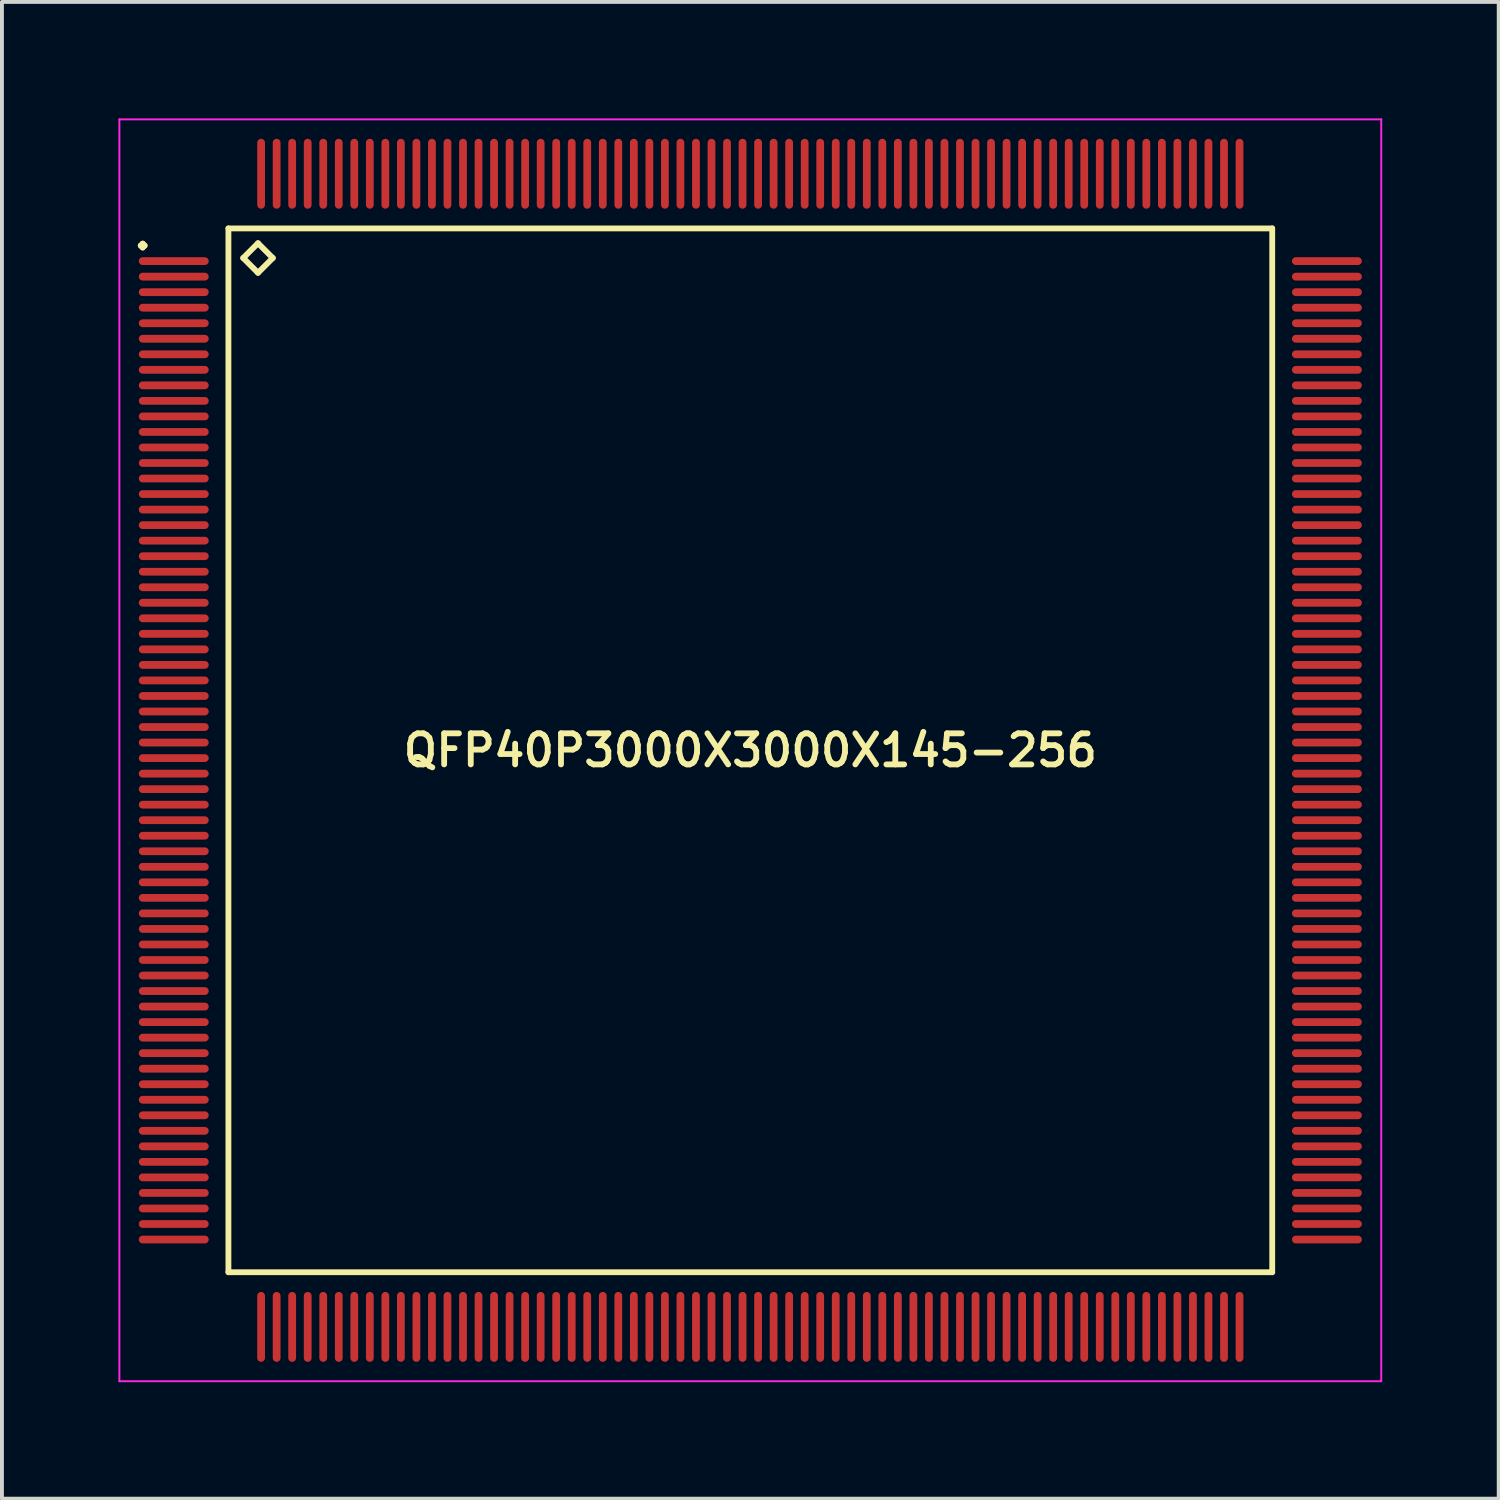
<source format=kicad_pcb>
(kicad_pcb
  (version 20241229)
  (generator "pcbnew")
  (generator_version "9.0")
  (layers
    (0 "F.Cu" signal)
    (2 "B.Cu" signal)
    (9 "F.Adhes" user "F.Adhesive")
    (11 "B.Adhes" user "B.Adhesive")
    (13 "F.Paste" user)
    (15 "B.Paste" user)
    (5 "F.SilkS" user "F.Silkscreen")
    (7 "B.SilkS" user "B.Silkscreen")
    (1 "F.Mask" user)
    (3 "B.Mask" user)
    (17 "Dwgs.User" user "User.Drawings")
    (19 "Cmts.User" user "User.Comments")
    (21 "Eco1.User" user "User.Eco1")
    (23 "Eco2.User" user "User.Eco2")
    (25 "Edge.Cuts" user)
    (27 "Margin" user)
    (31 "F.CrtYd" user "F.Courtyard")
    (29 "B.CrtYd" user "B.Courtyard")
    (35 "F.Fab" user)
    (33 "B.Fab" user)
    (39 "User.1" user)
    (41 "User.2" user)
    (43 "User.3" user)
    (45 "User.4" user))
  (footprint "QFP40P3000X3000X145-256"
    (layer "F.Cu")
    (at 16.275 16.275)
    (property "Reference" "QFP40P3000X3000X145-256" (at 0 0 0) (layer "F.SilkS") (effects (font (size 0.8 0.8) (thickness 0.15))))
    (attr smd)
    (fp_line (start -15.7 -13) (end -15.65 -13.05) (stroke (width 0.15) (type solid)) (layer "F.SilkS"))
    (fp_line (start -15.65 -13.05) (end -15.6 -13) (stroke (width 0.15) (type solid)) (layer "F.SilkS"))
    (fp_line (start -15.65 -12.95) (end -15.7 -13) (stroke (width 0.15) (type solid)) (layer "F.SilkS"))
    (fp_line (start -15.6 -13) (end -15.65 -12.95) (stroke (width 0.15) (type solid)) (layer "F.SilkS"))
    (fp_line (start -13.442 -13.442) (end -13.442 13.442) (stroke (width 0.15) (type solid)) (layer "F.SilkS"))
    (fp_line (start -13.442 13.442) (end 13.442 13.442) (stroke (width 0.15) (type solid)) (layer "F.SilkS"))
    (fp_line (start -13.061 -12.68) (end -12.68 -13.061) (stroke (width 0.15) (type solid)) (layer "F.SilkS"))
    (fp_line (start -12.68 -13.061) (end -12.299 -12.68) (stroke (width 0.15) (type solid)) (layer "F.SilkS"))
    (fp_line (start -12.68 -12.299) (end -13.061 -12.68) (stroke (width 0.15) (type solid)) (layer "F.SilkS"))
    (fp_line (start -12.299 -12.68) (end -12.68 -12.299) (stroke (width 0.15) (type solid)) (layer "F.SilkS"))
    (fp_line (start 13.442 -13.442) (end -13.442 -13.442) (stroke (width 0.15) (type solid)) (layer "F.SilkS"))
    (fp_line (start 13.442 13.442) (end 13.442 -13.442) (stroke (width 0.15) (type solid)) (layer "F.SilkS"))
    (fp_line (start -16.25 -16.25) (end 16.25 -16.25) (stroke (width 0.05) (type solid)) (layer "F.CrtYd"))
    (fp_line (start -16.25 16.25) (end -16.25 -16.25) (stroke (width 0.05) (type solid)) (layer "F.CrtYd"))
    (fp_line (start 16.25 -16.25) (end 16.25 16.25) (stroke (width 0.05) (type solid)) (layer "F.CrtYd"))
    (fp_line (start 16.25 16.25) (end -16.25 16.25) (stroke (width 0.05) (type solid)) (layer "F.CrtYd"))
    (pad "1" smd oval (at -14.85 -12.6) (size 1.8 0.2) (layers "F.Cu" "F.Mask" "F.Paste"))
    (pad "2" smd oval (at -14.85 -12.2) (size 1.8 0.2) (layers "F.Cu" "F.Mask" "F.Paste"))
    (pad "3" smd oval (at -14.85 -11.8) (size 1.8 0.2) (layers "F.Cu" "F.Mask" "F.Paste"))
    (pad "4" smd oval (at -14.85 -11.4) (size 1.8 0.2) (layers "F.Cu" "F.Mask" "F.Paste"))
    (pad "5" smd oval (at -14.85 -11) (size 1.8 0.2) (layers "F.Cu" "F.Mask" "F.Paste"))
    (pad "6" smd oval (at -14.85 -10.6) (size 1.8 0.2) (layers "F.Cu" "F.Mask" "F.Paste"))
    (pad "7" smd oval (at -14.85 -10.2) (size 1.8 0.2) (layers "F.Cu" "F.Mask" "F.Paste"))
    (pad "8" smd oval (at -14.85 -9.8) (size 1.8 0.2) (layers "F.Cu" "F.Mask" "F.Paste"))
    (pad "9" smd oval (at -14.85 -9.4) (size 1.8 0.2) (layers "F.Cu" "F.Mask" "F.Paste"))
    (pad "10" smd oval (at -14.85 -9) (size 1.8 0.2) (layers "F.Cu" "F.Mask" "F.Paste"))
    (pad "11" smd oval (at -14.85 -8.6) (size 1.8 0.2) (layers "F.Cu" "F.Mask" "F.Paste"))
    (pad "12" smd oval (at -14.85 -8.2) (size 1.8 0.2) (layers "F.Cu" "F.Mask" "F.Paste"))
    (pad "13" smd oval (at -14.85 -7.8) (size 1.8 0.2) (layers "F.Cu" "F.Mask" "F.Paste"))
    (pad "14" smd oval (at -14.85 -7.4) (size 1.8 0.2) (layers "F.Cu" "F.Mask" "F.Paste"))
    (pad "15" smd oval (at -14.85 -7) (size 1.8 0.2) (layers "F.Cu" "F.Mask" "F.Paste"))
    (pad "16" smd oval (at -14.85 -6.6) (size 1.8 0.2) (layers "F.Cu" "F.Mask" "F.Paste"))
    (pad "17" smd oval (at -14.85 -6.2) (size 1.8 0.2) (layers "F.Cu" "F.Mask" "F.Paste"))
    (pad "18" smd oval (at -14.85 -5.8) (size 1.8 0.2) (layers "F.Cu" "F.Mask" "F.Paste"))
    (pad "19" smd oval (at -14.85 -5.4) (size 1.8 0.2) (layers "F.Cu" "F.Mask" "F.Paste"))
    (pad "20" smd oval (at -14.85 -5) (size 1.8 0.2) (layers "F.Cu" "F.Mask" "F.Paste"))
    (pad "21" smd oval (at -14.85 -4.6) (size 1.8 0.2) (layers "F.Cu" "F.Mask" "F.Paste"))
    (pad "22" smd oval (at -14.85 -4.2) (size 1.8 0.2) (layers "F.Cu" "F.Mask" "F.Paste"))
    (pad "23" smd oval (at -14.85 -3.8) (size 1.8 0.2) (layers "F.Cu" "F.Mask" "F.Paste"))
    (pad "24" smd oval (at -14.85 -3.4) (size 1.8 0.2) (layers "F.Cu" "F.Mask" "F.Paste"))
    (pad "25" smd oval (at -14.85 -3) (size 1.8 0.2) (layers "F.Cu" "F.Mask" "F.Paste"))
    (pad "26" smd oval (at -14.85 -2.6) (size 1.8 0.2) (layers "F.Cu" "F.Mask" "F.Paste"))
    (pad "27" smd oval (at -14.85 -2.2) (size 1.8 0.2) (layers "F.Cu" "F.Mask" "F.Paste"))
    (pad "28" smd oval (at -14.85 -1.8) (size 1.8 0.2) (layers "F.Cu" "F.Mask" "F.Paste"))
    (pad "29" smd oval (at -14.85 -1.4) (size 1.8 0.2) (layers "F.Cu" "F.Mask" "F.Paste"))
    (pad "30" smd oval (at -14.85 -1) (size 1.8 0.2) (layers "F.Cu" "F.Mask" "F.Paste"))
    (pad "31" smd oval (at -14.85 -0.6) (size 1.8 0.2) (layers "F.Cu" "F.Mask" "F.Paste"))
    (pad "32" smd oval (at -14.85 -0.2) (size 1.8 0.2) (layers "F.Cu" "F.Mask" "F.Paste"))
    (pad "33" smd oval (at -14.85 0.2) (size 1.8 0.2) (layers "F.Cu" "F.Mask" "F.Paste"))
    (pad "34" smd oval (at -14.85 0.6) (size 1.8 0.2) (layers "F.Cu" "F.Mask" "F.Paste"))
    (pad "35" smd oval (at -14.85 1) (size 1.8 0.2) (layers "F.Cu" "F.Mask" "F.Paste"))
    (pad "36" smd oval (at -14.85 1.4) (size 1.8 0.2) (layers "F.Cu" "F.Mask" "F.Paste"))
    (pad "37" smd oval (at -14.85 1.8) (size 1.8 0.2) (layers "F.Cu" "F.Mask" "F.Paste"))
    (pad "38" smd oval (at -14.85 2.2) (size 1.8 0.2) (layers "F.Cu" "F.Mask" "F.Paste"))
    (pad "39" smd oval (at -14.85 2.6) (size 1.8 0.2) (layers "F.Cu" "F.Mask" "F.Paste"))
    (pad "40" smd oval (at -14.85 3) (size 1.8 0.2) (layers "F.Cu" "F.Mask" "F.Paste"))
    (pad "41" smd oval (at -14.85 3.4) (size 1.8 0.2) (layers "F.Cu" "F.Mask" "F.Paste"))
    (pad "42" smd oval (at -14.85 3.8) (size 1.8 0.2) (layers "F.Cu" "F.Mask" "F.Paste"))
    (pad "43" smd oval (at -14.85 4.2) (size 1.8 0.2) (layers "F.Cu" "F.Mask" "F.Paste"))
    (pad "44" smd oval (at -14.85 4.6) (size 1.8 0.2) (layers "F.Cu" "F.Mask" "F.Paste"))
    (pad "45" smd oval (at -14.85 5) (size 1.8 0.2) (layers "F.Cu" "F.Mask" "F.Paste"))
    (pad "46" smd oval (at -14.85 5.4) (size 1.8 0.2) (layers "F.Cu" "F.Mask" "F.Paste"))
    (pad "47" smd oval (at -14.85 5.8) (size 1.8 0.2) (layers "F.Cu" "F.Mask" "F.Paste"))
    (pad "48" smd oval (at -14.85 6.2) (size 1.8 0.2) (layers "F.Cu" "F.Mask" "F.Paste"))
    (pad "49" smd oval (at -14.85 6.6) (size 1.8 0.2) (layers "F.Cu" "F.Mask" "F.Paste"))
    (pad "50" smd oval (at -14.85 7) (size 1.8 0.2) (layers "F.Cu" "F.Mask" "F.Paste"))
    (pad "51" smd oval (at -14.85 7.4) (size 1.8 0.2) (layers "F.Cu" "F.Mask" "F.Paste"))
    (pad "52" smd oval (at -14.85 7.8) (size 1.8 0.2) (layers "F.Cu" "F.Mask" "F.Paste"))
    (pad "53" smd oval (at -14.85 8.2) (size 1.8 0.2) (layers "F.Cu" "F.Mask" "F.Paste"))
    (pad "54" smd oval (at -14.85 8.6) (size 1.8 0.2) (layers "F.Cu" "F.Mask" "F.Paste"))
    (pad "55" smd oval (at -14.85 9) (size 1.8 0.2) (layers "F.Cu" "F.Mask" "F.Paste"))
    (pad "56" smd oval (at -14.85 9.4) (size 1.8 0.2) (layers "F.Cu" "F.Mask" "F.Paste"))
    (pad "57" smd oval (at -14.85 9.8) (size 1.8 0.2) (layers "F.Cu" "F.Mask" "F.Paste"))
    (pad "58" smd oval (at -14.85 10.2) (size 1.8 0.2) (layers "F.Cu" "F.Mask" "F.Paste"))
    (pad "59" smd oval (at -14.85 10.6) (size 1.8 0.2) (layers "F.Cu" "F.Mask" "F.Paste"))
    (pad "60" smd oval (at -14.85 11) (size 1.8 0.2) (layers "F.Cu" "F.Mask" "F.Paste"))
    (pad "61" smd oval (at -14.85 11.4) (size 1.8 0.2) (layers "F.Cu" "F.Mask" "F.Paste"))
    (pad "62" smd oval (at -14.85 11.8) (size 1.8 0.2) (layers "F.Cu" "F.Mask" "F.Paste"))
    (pad "63" smd oval (at -14.85 12.2) (size 1.8 0.2) (layers "F.Cu" "F.Mask" "F.Paste"))
    (pad "64" smd oval (at -14.85 12.6) (size 1.8 0.2) (layers "F.Cu" "F.Mask" "F.Paste"))
    (pad "65" smd oval (at -12.6 14.85) (size 0.2 1.8) (layers "F.Cu" "F.Mask" "F.Paste"))
    (pad "66" smd oval (at -12.2 14.85) (size 0.2 1.8) (layers "F.Cu" "F.Mask" "F.Paste"))
    (pad "67" smd oval (at -11.8 14.85) (size 0.2 1.8) (layers "F.Cu" "F.Mask" "F.Paste"))
    (pad "68" smd oval (at -11.4 14.85) (size 0.2 1.8) (layers "F.Cu" "F.Mask" "F.Paste"))
    (pad "69" smd oval (at -11 14.85) (size 0.2 1.8) (layers "F.Cu" "F.Mask" "F.Paste"))
    (pad "70" smd oval (at -10.6 14.85) (size 0.2 1.8) (layers "F.Cu" "F.Mask" "F.Paste"))
    (pad "71" smd oval (at -10.2 14.85) (size 0.2 1.8) (layers "F.Cu" "F.Mask" "F.Paste"))
    (pad "72" smd oval (at -9.8 14.85) (size 0.2 1.8) (layers "F.Cu" "F.Mask" "F.Paste"))
    (pad "73" smd oval (at -9.4 14.85) (size 0.2 1.8) (layers "F.Cu" "F.Mask" "F.Paste"))
    (pad "74" smd oval (at -9 14.85) (size 0.2 1.8) (layers "F.Cu" "F.Mask" "F.Paste"))
    (pad "75" smd oval (at -8.6 14.85) (size 0.2 1.8) (layers "F.Cu" "F.Mask" "F.Paste"))
    (pad "76" smd oval (at -8.2 14.85) (size 0.2 1.8) (layers "F.Cu" "F.Mask" "F.Paste"))
    (pad "77" smd oval (at -7.8 14.85) (size 0.2 1.8) (layers "F.Cu" "F.Mask" "F.Paste"))
    (pad "78" smd oval (at -7.4 14.85) (size 0.2 1.8) (layers "F.Cu" "F.Mask" "F.Paste"))
    (pad "79" smd oval (at -7 14.85) (size 0.2 1.8) (layers "F.Cu" "F.Mask" "F.Paste"))
    (pad "80" smd oval (at -6.6 14.85) (size 0.2 1.8) (layers "F.Cu" "F.Mask" "F.Paste"))
    (pad "81" smd oval (at -6.2 14.85) (size 0.2 1.8) (layers "F.Cu" "F.Mask" "F.Paste"))
    (pad "82" smd oval (at -5.8 14.85) (size 0.2 1.8) (layers "F.Cu" "F.Mask" "F.Paste"))
    (pad "83" smd oval (at -5.4 14.85) (size 0.2 1.8) (layers "F.Cu" "F.Mask" "F.Paste"))
    (pad "84" smd oval (at -5 14.85) (size 0.2 1.8) (layers "F.Cu" "F.Mask" "F.Paste"))
    (pad "85" smd oval (at -4.6 14.85) (size 0.2 1.8) (layers "F.Cu" "F.Mask" "F.Paste"))
    (pad "86" smd oval (at -4.2 14.85) (size 0.2 1.8) (layers "F.Cu" "F.Mask" "F.Paste"))
    (pad "87" smd oval (at -3.8 14.85) (size 0.2 1.8) (layers "F.Cu" "F.Mask" "F.Paste"))
    (pad "88" smd oval (at -3.4 14.85) (size 0.2 1.8) (layers "F.Cu" "F.Mask" "F.Paste"))
    (pad "89" smd oval (at -3 14.85) (size 0.2 1.8) (layers "F.Cu" "F.Mask" "F.Paste"))
    (pad "90" smd oval (at -2.6 14.85) (size 0.2 1.8) (layers "F.Cu" "F.Mask" "F.Paste"))
    (pad "91" smd oval (at -2.2 14.85) (size 0.2 1.8) (layers "F.Cu" "F.Mask" "F.Paste"))
    (pad "92" smd oval (at -1.8 14.85) (size 0.2 1.8) (layers "F.Cu" "F.Mask" "F.Paste"))
    (pad "93" smd oval (at -1.4 14.85) (size 0.2 1.8) (layers "F.Cu" "F.Mask" "F.Paste"))
    (pad "94" smd oval (at -1 14.85) (size 0.2 1.8) (layers "F.Cu" "F.Mask" "F.Paste"))
    (pad "95" smd oval (at -0.6 14.85) (size 0.2 1.8) (layers "F.Cu" "F.Mask" "F.Paste"))
    (pad "96" smd oval (at -0.2 14.85) (size 0.2 1.8) (layers "F.Cu" "F.Mask" "F.Paste"))
    (pad "97" smd oval (at 0.2 14.85) (size 0.2 1.8) (layers "F.Cu" "F.Mask" "F.Paste"))
    (pad "98" smd oval (at 0.6 14.85) (size 0.2 1.8) (layers "F.Cu" "F.Mask" "F.Paste"))
    (pad "99" smd oval (at 1 14.85) (size 0.2 1.8) (layers "F.Cu" "F.Mask" "F.Paste"))
    (pad "100" smd oval (at 1.4 14.85) (size 0.2 1.8) (layers "F.Cu" "F.Mask" "F.Paste"))
    (pad "101" smd oval (at 1.8 14.85) (size 0.2 1.8) (layers "F.Cu" "F.Mask" "F.Paste"))
    (pad "102" smd oval (at 2.2 14.85) (size 0.2 1.8) (layers "F.Cu" "F.Mask" "F.Paste"))
    (pad "103" smd oval (at 2.6 14.85) (size 0.2 1.8) (layers "F.Cu" "F.Mask" "F.Paste"))
    (pad "104" smd oval (at 3 14.85) (size 0.2 1.8) (layers "F.Cu" "F.Mask" "F.Paste"))
    (pad "105" smd oval (at 3.4 14.85) (size 0.2 1.8) (layers "F.Cu" "F.Mask" "F.Paste"))
    (pad "106" smd oval (at 3.8 14.85) (size 0.2 1.8) (layers "F.Cu" "F.Mask" "F.Paste"))
    (pad "107" smd oval (at 4.2 14.85) (size 0.2 1.8) (layers "F.Cu" "F.Mask" "F.Paste"))
    (pad "108" smd oval (at 4.6 14.85) (size 0.2 1.8) (layers "F.Cu" "F.Mask" "F.Paste"))
    (pad "109" smd oval (at 5 14.85) (size 0.2 1.8) (layers "F.Cu" "F.Mask" "F.Paste"))
    (pad "110" smd oval (at 5.4 14.85) (size 0.2 1.8) (layers "F.Cu" "F.Mask" "F.Paste"))
    (pad "111" smd oval (at 5.8 14.85) (size 0.2 1.8) (layers "F.Cu" "F.Mask" "F.Paste"))
    (pad "112" smd oval (at 6.2 14.85) (size 0.2 1.8) (layers "F.Cu" "F.Mask" "F.Paste"))
    (pad "113" smd oval (at 6.6 14.85) (size 0.2 1.8) (layers "F.Cu" "F.Mask" "F.Paste"))
    (pad "114" smd oval (at 7 14.85) (size 0.2 1.8) (layers "F.Cu" "F.Mask" "F.Paste"))
    (pad "115" smd oval (at 7.4 14.85) (size 0.2 1.8) (layers "F.Cu" "F.Mask" "F.Paste"))
    (pad "116" smd oval (at 7.8 14.85) (size 0.2 1.8) (layers "F.Cu" "F.Mask" "F.Paste"))
    (pad "117" smd oval (at 8.2 14.85) (size 0.2 1.8) (layers "F.Cu" "F.Mask" "F.Paste"))
    (pad "118" smd oval (at 8.6 14.85) (size 0.2 1.8) (layers "F.Cu" "F.Mask" "F.Paste"))
    (pad "119" smd oval (at 9 14.85) (size 0.2 1.8) (layers "F.Cu" "F.Mask" "F.Paste"))
    (pad "120" smd oval (at 9.4 14.85) (size 0.2 1.8) (layers "F.Cu" "F.Mask" "F.Paste"))
    (pad "121" smd oval (at 9.8 14.85) (size 0.2 1.8) (layers "F.Cu" "F.Mask" "F.Paste"))
    (pad "122" smd oval (at 10.2 14.85) (size 0.2 1.8) (layers "F.Cu" "F.Mask" "F.Paste"))
    (pad "123" smd oval (at 10.6 14.85) (size 0.2 1.8) (layers "F.Cu" "F.Mask" "F.Paste"))
    (pad "124" smd oval (at 11 14.85) (size 0.2 1.8) (layers "F.Cu" "F.Mask" "F.Paste"))
    (pad "125" smd oval (at 11.4 14.85) (size 0.2 1.8) (layers "F.Cu" "F.Mask" "F.Paste"))
    (pad "126" smd oval (at 11.8 14.85) (size 0.2 1.8) (layers "F.Cu" "F.Mask" "F.Paste"))
    (pad "127" smd oval (at 12.2 14.85) (size 0.2 1.8) (layers "F.Cu" "F.Mask" "F.Paste"))
    (pad "128" smd oval (at 12.6 14.85) (size 0.2 1.8) (layers "F.Cu" "F.Mask" "F.Paste"))
    (pad "129" smd oval (at 14.85 12.6) (size 1.8 0.2) (layers "F.Cu" "F.Mask" "F.Paste"))
    (pad "130" smd oval (at 14.85 12.2) (size 1.8 0.2) (layers "F.Cu" "F.Mask" "F.Paste"))
    (pad "131" smd oval (at 14.85 11.8) (size 1.8 0.2) (layers "F.Cu" "F.Mask" "F.Paste"))
    (pad "132" smd oval (at 14.85 11.4) (size 1.8 0.2) (layers "F.Cu" "F.Mask" "F.Paste"))
    (pad "133" smd oval (at 14.85 11) (size 1.8 0.2) (layers "F.Cu" "F.Mask" "F.Paste"))
    (pad "134" smd oval (at 14.85 10.6) (size 1.8 0.2) (layers "F.Cu" "F.Mask" "F.Paste"))
    (pad "135" smd oval (at 14.85 10.2) (size 1.8 0.2) (layers "F.Cu" "F.Mask" "F.Paste"))
    (pad "136" smd oval (at 14.85 9.8) (size 1.8 0.2) (layers "F.Cu" "F.Mask" "F.Paste"))
    (pad "137" smd oval (at 14.85 9.4) (size 1.8 0.2) (layers "F.Cu" "F.Mask" "F.Paste"))
    (pad "138" smd oval (at 14.85 9) (size 1.8 0.2) (layers "F.Cu" "F.Mask" "F.Paste"))
    (pad "139" smd oval (at 14.85 8.6) (size 1.8 0.2) (layers "F.Cu" "F.Mask" "F.Paste"))
    (pad "140" smd oval (at 14.85 8.2) (size 1.8 0.2) (layers "F.Cu" "F.Mask" "F.Paste"))
    (pad "141" smd oval (at 14.85 7.8) (size 1.8 0.2) (layers "F.Cu" "F.Mask" "F.Paste"))
    (pad "142" smd oval (at 14.85 7.4) (size 1.8 0.2) (layers "F.Cu" "F.Mask" "F.Paste"))
    (pad "143" smd oval (at 14.85 7) (size 1.8 0.2) (layers "F.Cu" "F.Mask" "F.Paste"))
    (pad "144" smd oval (at 14.85 6.6) (size 1.8 0.2) (layers "F.Cu" "F.Mask" "F.Paste"))
    (pad "145" smd oval (at 14.85 6.2) (size 1.8 0.2) (layers "F.Cu" "F.Mask" "F.Paste"))
    (pad "146" smd oval (at 14.85 5.8) (size 1.8 0.2) (layers "F.Cu" "F.Mask" "F.Paste"))
    (pad "147" smd oval (at 14.85 5.4) (size 1.8 0.2) (layers "F.Cu" "F.Mask" "F.Paste"))
    (pad "148" smd oval (at 14.85 5) (size 1.8 0.2) (layers "F.Cu" "F.Mask" "F.Paste"))
    (pad "149" smd oval (at 14.85 4.6) (size 1.8 0.2) (layers "F.Cu" "F.Mask" "F.Paste"))
    (pad "150" smd oval (at 14.85 4.2) (size 1.8 0.2) (layers "F.Cu" "F.Mask" "F.Paste"))
    (pad "151" smd oval (at 14.85 3.8) (size 1.8 0.2) (layers "F.Cu" "F.Mask" "F.Paste"))
    (pad "152" smd oval (at 14.85 3.4) (size 1.8 0.2) (layers "F.Cu" "F.Mask" "F.Paste"))
    (pad "153" smd oval (at 14.85 3) (size 1.8 0.2) (layers "F.Cu" "F.Mask" "F.Paste"))
    (pad "154" smd oval (at 14.85 2.6) (size 1.8 0.2) (layers "F.Cu" "F.Mask" "F.Paste"))
    (pad "155" smd oval (at 14.85 2.2) (size 1.8 0.2) (layers "F.Cu" "F.Mask" "F.Paste"))
    (pad "156" smd oval (at 14.85 1.8) (size 1.8 0.2) (layers "F.Cu" "F.Mask" "F.Paste"))
    (pad "157" smd oval (at 14.85 1.4) (size 1.8 0.2) (layers "F.Cu" "F.Mask" "F.Paste"))
    (pad "158" smd oval (at 14.85 1) (size 1.8 0.2) (layers "F.Cu" "F.Mask" "F.Paste"))
    (pad "159" smd oval (at 14.85 0.6) (size 1.8 0.2) (layers "F.Cu" "F.Mask" "F.Paste"))
    (pad "160" smd oval (at 14.85 0.2) (size 1.8 0.2) (layers "F.Cu" "F.Mask" "F.Paste"))
    (pad "161" smd oval (at 14.85 -0.2) (size 1.8 0.2) (layers "F.Cu" "F.Mask" "F.Paste"))
    (pad "162" smd oval (at 14.85 -0.6) (size 1.8 0.2) (layers "F.Cu" "F.Mask" "F.Paste"))
    (pad "163" smd oval (at 14.85 -1) (size 1.8 0.2) (layers "F.Cu" "F.Mask" "F.Paste"))
    (pad "164" smd oval (at 14.85 -1.4) (size 1.8 0.2) (layers "F.Cu" "F.Mask" "F.Paste"))
    (pad "165" smd oval (at 14.85 -1.8) (size 1.8 0.2) (layers "F.Cu" "F.Mask" "F.Paste"))
    (pad "166" smd oval (at 14.85 -2.2) (size 1.8 0.2) (layers "F.Cu" "F.Mask" "F.Paste"))
    (pad "167" smd oval (at 14.85 -2.6) (size 1.8 0.2) (layers "F.Cu" "F.Mask" "F.Paste"))
    (pad "168" smd oval (at 14.85 -3) (size 1.8 0.2) (layers "F.Cu" "F.Mask" "F.Paste"))
    (pad "169" smd oval (at 14.85 -3.4) (size 1.8 0.2) (layers "F.Cu" "F.Mask" "F.Paste"))
    (pad "170" smd oval (at 14.85 -3.8) (size 1.8 0.2) (layers "F.Cu" "F.Mask" "F.Paste"))
    (pad "171" smd oval (at 14.85 -4.2) (size 1.8 0.2) (layers "F.Cu" "F.Mask" "F.Paste"))
    (pad "172" smd oval (at 14.85 -4.6) (size 1.8 0.2) (layers "F.Cu" "F.Mask" "F.Paste"))
    (pad "173" smd oval (at 14.85 -5) (size 1.8 0.2) (layers "F.Cu" "F.Mask" "F.Paste"))
    (pad "174" smd oval (at 14.85 -5.4) (size 1.8 0.2) (layers "F.Cu" "F.Mask" "F.Paste"))
    (pad "175" smd oval (at 14.85 -5.8) (size 1.8 0.2) (layers "F.Cu" "F.Mask" "F.Paste"))
    (pad "176" smd oval (at 14.85 -6.2) (size 1.8 0.2) (layers "F.Cu" "F.Mask" "F.Paste"))
    (pad "177" smd oval (at 14.85 -6.6) (size 1.8 0.2) (layers "F.Cu" "F.Mask" "F.Paste"))
    (pad "178" smd oval (at 14.85 -7) (size 1.8 0.2) (layers "F.Cu" "F.Mask" "F.Paste"))
    (pad "179" smd oval (at 14.85 -7.4) (size 1.8 0.2) (layers "F.Cu" "F.Mask" "F.Paste"))
    (pad "180" smd oval (at 14.85 -7.8) (size 1.8 0.2) (layers "F.Cu" "F.Mask" "F.Paste"))
    (pad "181" smd oval (at 14.85 -8.2) (size 1.8 0.2) (layers "F.Cu" "F.Mask" "F.Paste"))
    (pad "182" smd oval (at 14.85 -8.6) (size 1.8 0.2) (layers "F.Cu" "F.Mask" "F.Paste"))
    (pad "183" smd oval (at 14.85 -9) (size 1.8 0.2) (layers "F.Cu" "F.Mask" "F.Paste"))
    (pad "184" smd oval (at 14.85 -9.4) (size 1.8 0.2) (layers "F.Cu" "F.Mask" "F.Paste"))
    (pad "185" smd oval (at 14.85 -9.8) (size 1.8 0.2) (layers "F.Cu" "F.Mask" "F.Paste"))
    (pad "186" smd oval (at 14.85 -10.2) (size 1.8 0.2) (layers "F.Cu" "F.Mask" "F.Paste"))
    (pad "187" smd oval (at 14.85 -10.6) (size 1.8 0.2) (layers "F.Cu" "F.Mask" "F.Paste"))
    (pad "188" smd oval (at 14.85 -11) (size 1.8 0.2) (layers "F.Cu" "F.Mask" "F.Paste"))
    (pad "189" smd oval (at 14.85 -11.4) (size 1.8 0.2) (layers "F.Cu" "F.Mask" "F.Paste"))
    (pad "190" smd oval (at 14.85 -11.8) (size 1.8 0.2) (layers "F.Cu" "F.Mask" "F.Paste"))
    (pad "191" smd oval (at 14.85 -12.2) (size 1.8 0.2) (layers "F.Cu" "F.Mask" "F.Paste"))
    (pad "192" smd oval (at 14.85 -12.6) (size 1.8 0.2) (layers "F.Cu" "F.Mask" "F.Paste"))
    (pad "193" smd oval (at 12.6 -14.85) (size 0.2 1.8) (layers "F.Cu" "F.Mask" "F.Paste"))
    (pad "194" smd oval (at 12.2 -14.85) (size 0.2 1.8) (layers "F.Cu" "F.Mask" "F.Paste"))
    (pad "195" smd oval (at 11.8 -14.85) (size 0.2 1.8) (layers "F.Cu" "F.Mask" "F.Paste"))
    (pad "196" smd oval (at 11.4 -14.85) (size 0.2 1.8) (layers "F.Cu" "F.Mask" "F.Paste"))
    (pad "197" smd oval (at 11 -14.85) (size 0.2 1.8) (layers "F.Cu" "F.Mask" "F.Paste"))
    (pad "198" smd oval (at 10.6 -14.85) (size 0.2 1.8) (layers "F.Cu" "F.Mask" "F.Paste"))
    (pad "199" smd oval (at 10.2 -14.85) (size 0.2 1.8) (layers "F.Cu" "F.Mask" "F.Paste"))
    (pad "200" smd oval (at 9.8 -14.85) (size 0.2 1.8) (layers "F.Cu" "F.Mask" "F.Paste"))
    (pad "201" smd oval (at 9.4 -14.85) (size 0.2 1.8) (layers "F.Cu" "F.Mask" "F.Paste"))
    (pad "202" smd oval (at 9 -14.85) (size 0.2 1.8) (layers "F.Cu" "F.Mask" "F.Paste"))
    (pad "203" smd oval (at 8.6 -14.85) (size 0.2 1.8) (layers "F.Cu" "F.Mask" "F.Paste"))
    (pad "204" smd oval (at 8.2 -14.85) (size 0.2 1.8) (layers "F.Cu" "F.Mask" "F.Paste"))
    (pad "205" smd oval (at 7.8 -14.85) (size 0.2 1.8) (layers "F.Cu" "F.Mask" "F.Paste"))
    (pad "206" smd oval (at 7.4 -14.85) (size 0.2 1.8) (layers "F.Cu" "F.Mask" "F.Paste"))
    (pad "207" smd oval (at 7 -14.85) (size 0.2 1.8) (layers "F.Cu" "F.Mask" "F.Paste"))
    (pad "208" smd oval (at 6.6 -14.85) (size 0.2 1.8) (layers "F.Cu" "F.Mask" "F.Paste"))
    (pad "209" smd oval (at 6.2 -14.85) (size 0.2 1.8) (layers "F.Cu" "F.Mask" "F.Paste"))
    (pad "210" smd oval (at 5.8 -14.85) (size 0.2 1.8) (layers "F.Cu" "F.Mask" "F.Paste"))
    (pad "211" smd oval (at 5.4 -14.85) (size 0.2 1.8) (layers "F.Cu" "F.Mask" "F.Paste"))
    (pad "212" smd oval (at 5 -14.85) (size 0.2 1.8) (layers "F.Cu" "F.Mask" "F.Paste"))
    (pad "213" smd oval (at 4.6 -14.85) (size 0.2 1.8) (layers "F.Cu" "F.Mask" "F.Paste"))
    (pad "214" smd oval (at 4.2 -14.85) (size 0.2 1.8) (layers "F.Cu" "F.Mask" "F.Paste"))
    (pad "215" smd oval (at 3.8 -14.85) (size 0.2 1.8) (layers "F.Cu" "F.Mask" "F.Paste"))
    (pad "216" smd oval (at 3.4 -14.85) (size 0.2 1.8) (layers "F.Cu" "F.Mask" "F.Paste"))
    (pad "217" smd oval (at 3 -14.85) (size 0.2 1.8) (layers "F.Cu" "F.Mask" "F.Paste"))
    (pad "218" smd oval (at 2.6 -14.85) (size 0.2 1.8) (layers "F.Cu" "F.Mask" "F.Paste"))
    (pad "219" smd oval (at 2.2 -14.85) (size 0.2 1.8) (layers "F.Cu" "F.Mask" "F.Paste"))
    (pad "220" smd oval (at 1.8 -14.85) (size 0.2 1.8) (layers "F.Cu" "F.Mask" "F.Paste"))
    (pad "221" smd oval (at 1.4 -14.85) (size 0.2 1.8) (layers "F.Cu" "F.Mask" "F.Paste"))
    (pad "222" smd oval (at 1 -14.85) (size 0.2 1.8) (layers "F.Cu" "F.Mask" "F.Paste"))
    (pad "223" smd oval (at 0.6 -14.85) (size 0.2 1.8) (layers "F.Cu" "F.Mask" "F.Paste"))
    (pad "224" smd oval (at 0.2 -14.85) (size 0.2 1.8) (layers "F.Cu" "F.Mask" "F.Paste"))
    (pad "225" smd oval (at -0.2 -14.85) (size 0.2 1.8) (layers "F.Cu" "F.Mask" "F.Paste"))
    (pad "226" smd oval (at -0.6 -14.85) (size 0.2 1.8) (layers "F.Cu" "F.Mask" "F.Paste"))
    (pad "227" smd oval (at -1 -14.85) (size 0.2 1.8) (layers "F.Cu" "F.Mask" "F.Paste"))
    (pad "228" smd oval (at -1.4 -14.85) (size 0.2 1.8) (layers "F.Cu" "F.Mask" "F.Paste"))
    (pad "229" smd oval (at -1.8 -14.85) (size 0.2 1.8) (layers "F.Cu" "F.Mask" "F.Paste"))
    (pad "230" smd oval (at -2.2 -14.85) (size 0.2 1.8) (layers "F.Cu" "F.Mask" "F.Paste"))
    (pad "231" smd oval (at -2.6 -14.85) (size 0.2 1.8) (layers "F.Cu" "F.Mask" "F.Paste"))
    (pad "232" smd oval (at -3 -14.85) (size 0.2 1.8) (layers "F.Cu" "F.Mask" "F.Paste"))
    (pad "233" smd oval (at -3.4 -14.85) (size 0.2 1.8) (layers "F.Cu" "F.Mask" "F.Paste"))
    (pad "234" smd oval (at -3.8 -14.85) (size 0.2 1.8) (layers "F.Cu" "F.Mask" "F.Paste"))
    (pad "235" smd oval (at -4.2 -14.85) (size 0.2 1.8) (layers "F.Cu" "F.Mask" "F.Paste"))
    (pad "236" smd oval (at -4.6 -14.85) (size 0.2 1.8) (layers "F.Cu" "F.Mask" "F.Paste"))
    (pad "237" smd oval (at -5 -14.85) (size 0.2 1.8) (layers "F.Cu" "F.Mask" "F.Paste"))
    (pad "238" smd oval (at -5.4 -14.85) (size 0.2 1.8) (layers "F.Cu" "F.Mask" "F.Paste"))
    (pad "239" smd oval (at -5.8 -14.85) (size 0.2 1.8) (layers "F.Cu" "F.Mask" "F.Paste"))
    (pad "240" smd oval (at -6.2 -14.85) (size 0.2 1.8) (layers "F.Cu" "F.Mask" "F.Paste"))
    (pad "241" smd oval (at -6.6 -14.85) (size 0.2 1.8) (layers "F.Cu" "F.Mask" "F.Paste"))
    (pad "242" smd oval (at -7 -14.85) (size 0.2 1.8) (layers "F.Cu" "F.Mask" "F.Paste"))
    (pad "243" smd oval (at -7.4 -14.85) (size 0.2 1.8) (layers "F.Cu" "F.Mask" "F.Paste"))
    (pad "244" smd oval (at -7.8 -14.85) (size 0.2 1.8) (layers "F.Cu" "F.Mask" "F.Paste"))
    (pad "245" smd oval (at -8.2 -14.85) (size 0.2 1.8) (layers "F.Cu" "F.Mask" "F.Paste"))
    (pad "246" smd oval (at -8.6 -14.85) (size 0.2 1.8) (layers "F.Cu" "F.Mask" "F.Paste"))
    (pad "247" smd oval (at -9 -14.85) (size 0.2 1.8) (layers "F.Cu" "F.Mask" "F.Paste"))
    (pad "248" smd oval (at -9.4 -14.85) (size 0.2 1.8) (layers "F.Cu" "F.Mask" "F.Paste"))
    (pad "249" smd oval (at -9.8 -14.85) (size 0.2 1.8) (layers "F.Cu" "F.Mask" "F.Paste"))
    (pad "250" smd oval (at -10.2 -14.85) (size 0.2 1.8) (layers "F.Cu" "F.Mask" "F.Paste"))
    (pad "251" smd oval (at -10.6 -14.85) (size 0.2 1.8) (layers "F.Cu" "F.Mask" "F.Paste"))
    (pad "252" smd oval (at -11 -14.85) (size 0.2 1.8) (layers "F.Cu" "F.Mask" "F.Paste"))
    (pad "253" smd oval (at -11.4 -14.85) (size 0.2 1.8) (layers "F.Cu" "F.Mask" "F.Paste"))
    (pad "254" smd oval (at -11.8 -14.85) (size 0.2 1.8) (layers "F.Cu" "F.Mask" "F.Paste"))
    (pad "255" smd oval (at -12.2 -14.85) (size 0.2 1.8) (layers "F.Cu" "F.Mask" "F.Paste"))
    (pad "256" smd oval (at -12.6 -14.85) (size 0.2 1.8) (layers "F.Cu" "F.Mask" "F.Paste")))
  (gr_rect
    (start -3 -3)
    (end 35.55 35.55)
    (stroke (width 0.1) (type default))
    (fill no)
    (layer "Edge.Cuts")))
</source>
